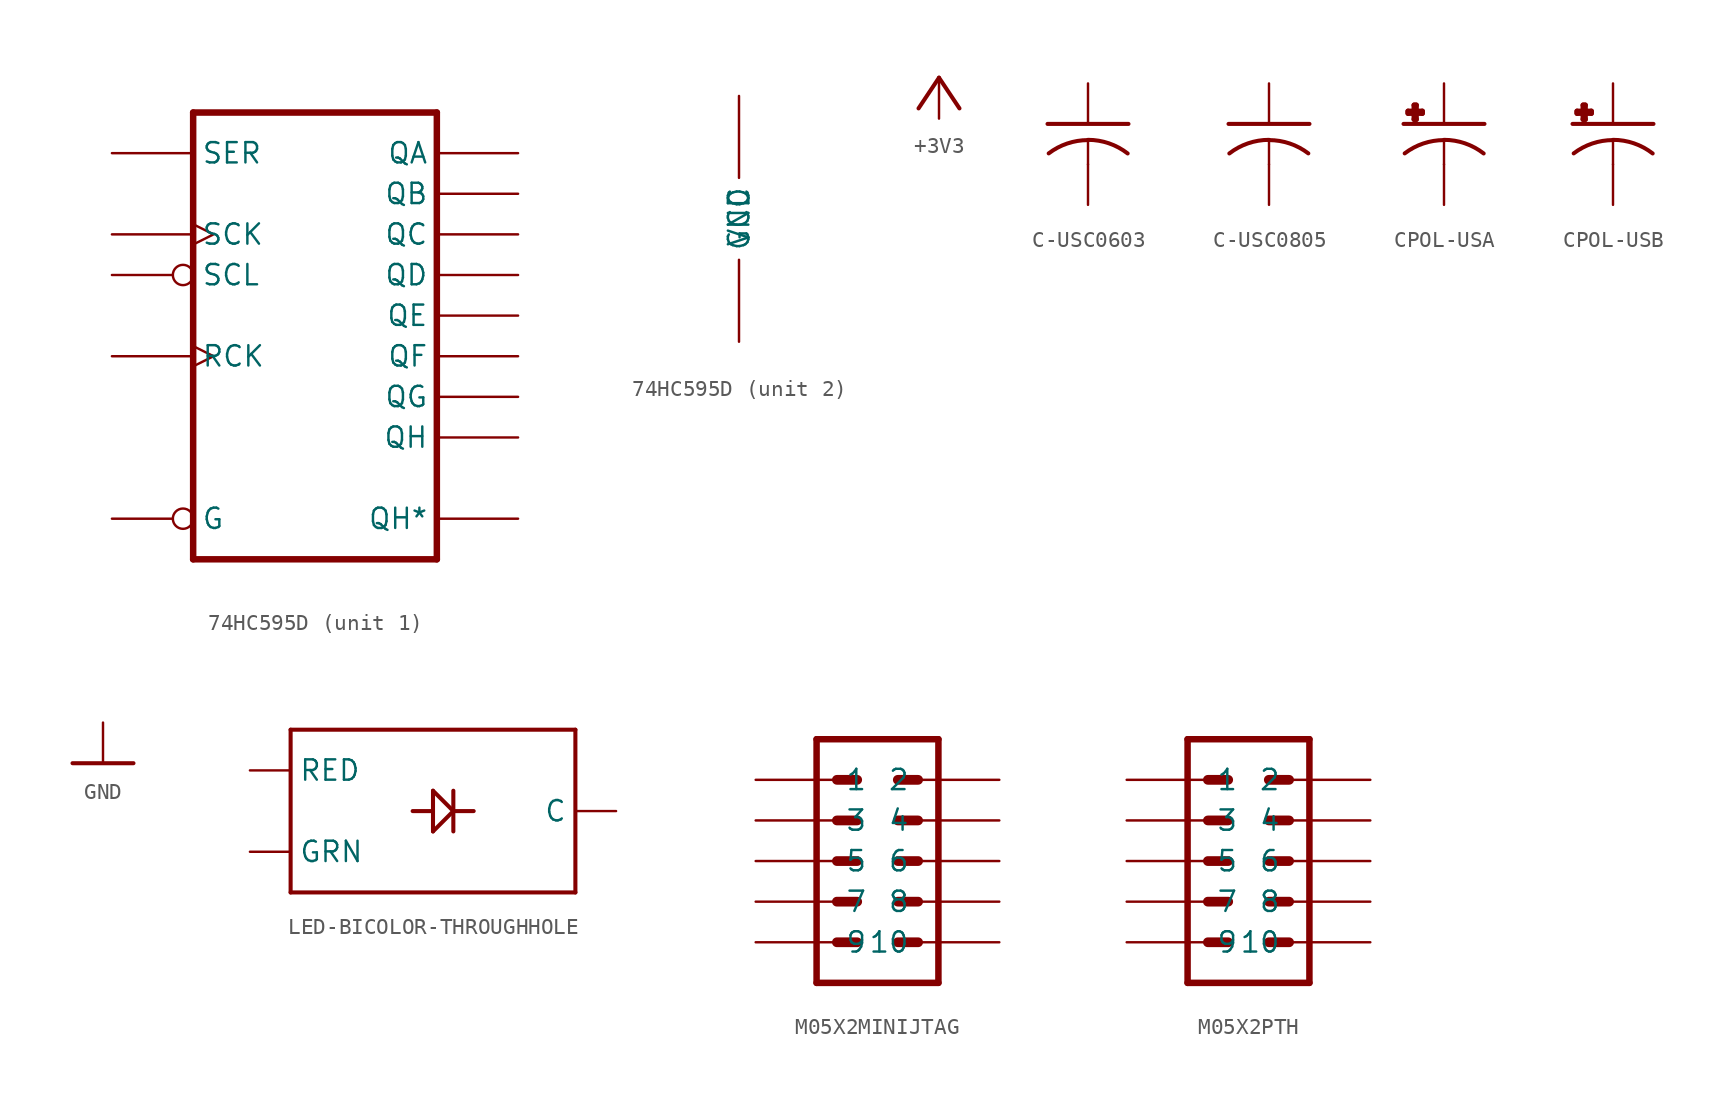
<source format=kicad_sym>
(kicad_symbol_lib
  (version 20231120)
  (generator "kicad_symbol_editor")
  (generator_version "8.0")
  (symbol "74HC595D"
    (property "Reference" "IC"
      (at 0 0 0)
      (effects (font (size 1.27 1.27)) (hide yes)))
    (property "ki_locked" ""
      (at 0 0 0)
      (effects (font (size 1.27 1.27))))
    (symbol "74HC595D_1_0"
      (polyline (pts (xy -7.62 -13.97) (xy 7.62 -13.97)) (stroke (width 0.406) (type solid)) (fill (type none)))
      (polyline (pts (xy -7.62 13.97) (xy -7.62 -13.97)) (stroke (width 0.406) (type solid)) (fill (type none)))
      (polyline (pts (xy 7.62 -13.97) (xy 7.62 13.97)) (stroke (width 0.406) (type solid)) (fill (type none)))
      (polyline (pts (xy 7.62 13.97) (xy -7.62 13.97)) (stroke (width 0.406) (type solid)) (fill (type none)))
      (pin bidirectional line (at 12.7 8.89 180) (length 5.08) (name "QB" (effects (font (size 1.27 1.27)))) (number "1" (effects (font (size 0 0)))))
      (pin input inverted (at -12.7 3.81 0) (length 5.08) (name "SCL" (effects (font (size 1.27 1.27)))) (number "10" (effects (font (size 0 0)))))
      (pin input clock (at -12.7 6.35 0) (length 5.08) (name "SCK" (effects (font (size 1.27 1.27)))) (number "11" (effects (font (size 0 0)))))
      (pin input clock (at -12.7 -1.27 0) (length 5.08) (name "RCK" (effects (font (size 1.27 1.27)))) (number "12" (effects (font (size 0 0)))))
      (pin input inverted (at -12.7 -11.43 0) (length 5.08) (name "G" (effects (font (size 1.27 1.27)))) (number "13" (effects (font (size 0 0)))))
      (pin input line (at -12.7 11.43 0) (length 5.08) (name "SER" (effects (font (size 1.27 1.27)))) (number "14" (effects (font (size 0 0)))))
      (pin bidirectional line (at 12.7 11.43 180) (length 5.08) (name "QA" (effects (font (size 1.27 1.27)))) (number "15" (effects (font (size 0 0)))))
      (pin bidirectional line (at 12.7 6.35 180) (length 5.08) (name "QC" (effects (font (size 1.27 1.27)))) (number "2" (effects (font (size 0 0)))))
      (pin bidirectional line (at 12.7 3.81 180) (length 5.08) (name "QD" (effects (font (size 1.27 1.27)))) (number "3" (effects (font (size 0 0)))))
      (pin bidirectional line (at 12.7 1.27 180) (length 5.08) (name "QE" (effects (font (size 1.27 1.27)))) (number "4" (effects (font (size 0 0)))))
      (pin bidirectional line (at 12.7 -1.27 180) (length 5.08) (name "QF" (effects (font (size 1.27 1.27)))) (number "5" (effects (font (size 0 0)))))
      (pin bidirectional line (at 12.7 -3.81 180) (length 5.08) (name "QG" (effects (font (size 1.27 1.27)))) (number "6" (effects (font (size 0 0)))))
      (pin bidirectional line (at 12.7 -6.35 180) (length 5.08) (name "QH" (effects (font (size 1.27 1.27)))) (number "7" (effects (font (size 0 0)))))
      (pin bidirectional line (at 12.7 -11.43 180) (length 5.08) (name "QH*" (effects (font (size 1.27 1.27)))) (number "9" (effects (font (size 0 0))))))
    (symbol "74HC595D_2_0"
      (pin power_in line (at 0 7.62 270) (length 5.08) (name "VCC" (effects (font (size 1.27 1.27)))) (number "16" (effects (font (size 0 0)))))
      (pin power_in line (at 0 -7.62 90) (length 5.08) (name "GND" (effects (font (size 1.27 1.27)))) (number "8" (effects (font (size 0 0)))))))
  (symbol "+3V3"
    (power)
    (property "Reference" "#+3V"
      (at 0 0 0)
      (effects (font (size 1.27 1.27)) (hide yes)))
    (property "ki_locked" ""
      (at 0 0 0)
      (effects (font (size 1.27 1.27))))
    (symbol "+3V3_1_0"
      (polyline (pts (xy 0 0.952) (xy -1.27 -0.952)) (stroke (width 0.254) (type solid)) (fill (type none)))
      (polyline (pts (xy 1.27 -0.952) (xy 0 0.952)) (stroke (width 0.254) (type solid)) (fill (type none)))
      (pin power_in line (at 0 -1.588 90) (length 2.54) (name "+3V3" (effects (font (size 0 0)))) (number "1" (effects (font (size 0 0)))))))
  (symbol "C-USC0603"
    (property "Reference" "C"
      (at 0 0 0)
      (effects (font (size 1.27 1.27)) (hide yes)))
    (property "ki_locked" ""
      (at 0 0 0)
      (effects (font (size 1.27 1.27))))
    (symbol "C-USC0603_1_0"
      (polyline (pts (xy -2.54 1.27) (xy 2.54 1.27)) (stroke (width 0.254) (type solid)) (fill (type none)))
      (polyline (pts (xy 0 0.254) (xy 0 -1.27)) (stroke (width 0.152) (type solid)) (fill (type none)))
      (arc (start 0 0.254) (mid -1.3021 0.0399) (end -2.467 -0.58) (stroke (width 0.254) (type solid)) (fill (type none)))
      (arc (start 2.489 -0.584) (mid 1.3157 0.0506) (end 0 0.2701) (stroke (width 0.254) (type solid)) (fill (type none)))
      (pin passive line (at 0 3.81 270) (length 2.54) (name "1" (effects (font (size 0 0)))) (number "1" (effects (font (size 0 0)))))
      (pin passive line (at 0 -3.81 90) (length 2.54) (name "2" (effects (font (size 0 0)))) (number "2" (effects (font (size 0 0)))))))
  (symbol "C-USC0805"
    (property "Reference" "C"
      (at 0 0 0)
      (effects (font (size 1.27 1.27)) (hide yes)))
    (property "ki_locked" ""
      (at 0 0 0)
      (effects (font (size 1.27 1.27))))
    (symbol "C-USC0805_1_0"
      (polyline (pts (xy 0 0.254) (xy 0 -1.27)) (stroke (width 0.152) (type solid)) (fill (type none)))
      (polyline (pts (xy 2.54 1.27) (xy -2.54 1.27)) (stroke (width 0.254) (type solid)) (fill (type none)))
      (arc (start 0 0.27) (mid -1.3157 0.0506) (end -2.489 -0.584) (stroke (width 0.254) (type solid)) (fill (type none)))
      (arc (start 2.467 -0.58) (mid 1.3021 0.04) (end 0 0.254) (stroke (width 0.254) (type solid)) (fill (type none)))
      (pin passive line (at 0 3.81 270) (length 2.54) (name "1" (effects (font (size 0 0)))) (number "1" (effects (font (size 0 0)))))
      (pin passive line (at 0 -3.81 90) (length 2.54) (name "2" (effects (font (size 0 0)))) (number "2" (effects (font (size 0 0)))))))
  (symbol "CPOL-USA"
    (property "Reference" "C"
      (at 0 0 0)
      (effects (font (size 1.27 1.27)) (hide yes)))
    (property "ki_locked" ""
      (at 0 0 0)
      (effects (font (size 1.27 1.27))))
    (symbol "CPOL-USA_1_0"
      (arc (start 0 -0.334) (mid -1.3021 -0.548) (end -2.467 -1.168) (stroke (width 0.254) (type solid)) (fill (type none)))
      (polyline (pts (xy -2.54 0.682) (xy 2.54 0.682)) (stroke (width 0.254) (type solid)) (fill (type none)))
      (polyline (pts (xy -2.253 1.349) (xy -1.364 1.349)) (stroke (width 0.333) (type solid)) (fill (type none)))
      (polyline (pts (xy -2.253 1.477) (xy -2.253 1.349)) (stroke (width 0.333) (type solid)) (fill (type none)))
      (polyline (pts (xy -1.871 0.969) (xy -1.745 0.969)) (stroke (width 0.333) (type solid)) (fill (type none)))
      (polyline (pts (xy -1.871 1.858) (xy -1.871 0.969)) (stroke (width 0.333) (type solid)) (fill (type none)))
      (polyline (pts (xy -1.745 0.969) (xy -1.745 1.858)) (stroke (width 0.333) (type solid)) (fill (type none)))
      (polyline (pts (xy -1.745 1.858) (xy -1.871 1.858)) (stroke (width 0.333) (type solid)) (fill (type none)))
      (polyline (pts (xy -1.364 1.349) (xy -1.364 1.477)) (stroke (width 0.333) (type solid)) (fill (type none)))
      (polyline (pts (xy -1.364 1.477) (xy -2.253 1.477)) (stroke (width 0.333) (type solid)) (fill (type none)))
      (polyline (pts (xy 0 -0.334) (xy 0 -1.858)) (stroke (width 0.152) (type solid)) (fill (type none)))
      (arc (start 2.489 -1.172) (mid 1.3157 -0.5374) (end 0 -0.3179) (stroke (width 0.254) (type solid)) (fill (type none)))
      (pin passive line (at 0 3.222 270) (length 2.54) (name "+" (effects (font (size 0 0)))) (number "+" (effects (font (size 0 0)))))
      (pin passive line (at 0 -4.398 90) (length 2.54) (name "-" (effects (font (size 0 0)))) (number "-" (effects (font (size 0 0)))))))
  (symbol "CPOL-USB"
    (property "Reference" "C"
      (at 0 0 0)
      (effects (font (size 1.27 1.27)) (hide yes)))
    (property "ki_locked" ""
      (at 0 0 0)
      (effects (font (size 1.27 1.27))))
    (symbol "CPOL-USB_1_0"
      (arc (start 0 -0.334) (mid -1.3021 -0.548) (end -2.467 -1.168) (stroke (width 0.254) (type solid)) (fill (type none)))
      (polyline (pts (xy -2.54 0.682) (xy 2.54 0.682)) (stroke (width 0.254) (type solid)) (fill (type none)))
      (polyline (pts (xy -2.253 1.349) (xy -1.364 1.349)) (stroke (width 0.333) (type solid)) (fill (type none)))
      (polyline (pts (xy -2.253 1.477) (xy -2.253 1.349)) (stroke (width 0.333) (type solid)) (fill (type none)))
      (polyline (pts (xy -1.871 0.969) (xy -1.745 0.969)) (stroke (width 0.333) (type solid)) (fill (type none)))
      (polyline (pts (xy -1.871 1.858) (xy -1.871 0.969)) (stroke (width 0.333) (type solid)) (fill (type none)))
      (polyline (pts (xy -1.745 0.969) (xy -1.745 1.858)) (stroke (width 0.333) (type solid)) (fill (type none)))
      (polyline (pts (xy -1.745 1.858) (xy -1.871 1.858)) (stroke (width 0.333) (type solid)) (fill (type none)))
      (polyline (pts (xy -1.364 1.349) (xy -1.364 1.477)) (stroke (width 0.333) (type solid)) (fill (type none)))
      (polyline (pts (xy -1.364 1.477) (xy -2.253 1.477)) (stroke (width 0.333) (type solid)) (fill (type none)))
      (polyline (pts (xy 0 -0.334) (xy 0 -1.858)) (stroke (width 0.152) (type solid)) (fill (type none)))
      (arc (start 2.489 -1.172) (mid 1.3157 -0.5374) (end 0 -0.3179) (stroke (width 0.254) (type solid)) (fill (type none)))
      (pin passive line (at 0 3.222 270) (length 2.54) (name "+" (effects (font (size 0 0)))) (number "+" (effects (font (size 0 0)))))
      (pin passive line (at 0 -4.398 90) (length 2.54) (name "-" (effects (font (size 0 0)))) (number "-" (effects (font (size 0 0)))))))
  (symbol "GND"
    (power)
    (property "Reference" "#GND"
      (at 0 0 0)
      (effects (font (size 1.27 1.27)) (hide yes)))
    (property "ki_locked" ""
      (at 0 0 0)
      (effects (font (size 1.27 1.27))))
    (symbol "GND_1_0"
      (polyline (pts (xy -1.905 0) (xy 1.905 0)) (stroke (width 0.254) (type solid)) (fill (type none)))
      (pin power_in line (at 0 2.54 270) (length 2.54) (name "GND" (effects (font (size 0 0)))) (number "1" (effects (font (size 0 0)))))))
  (symbol "LED-BICOLOR-THROUGHHOLE"
    (property "Reference" "LED"
      (at 0 0 0)
      (effects (font (size 1.27 1.27)) (hide yes)))
    (property "ki_locked" ""
      (at 0 0 0)
      (effects (font (size 1.27 1.27))))
    (symbol "LED-BICOLOR-THROUGHHOLE_1_0"
      (polyline (pts (xy -8.89 -5.08) (xy -8.89 5.08)) (stroke (width 0.254) (type solid)) (fill (type none)))
      (polyline (pts (xy -8.89 5.08) (xy 8.89 5.08)) (stroke (width 0.254) (type solid)) (fill (type none)))
      (polyline (pts (xy 0 -1.27) (xy 1.27 0)) (stroke (width 0.254) (type solid)) (fill (type none)))
      (polyline (pts (xy 0 0) (xy -1.27 0)) (stroke (width 0.254) (type solid)) (fill (type none)))
      (polyline (pts (xy 0 0) (xy 0 -1.27)) (stroke (width 0.254) (type solid)) (fill (type none)))
      (polyline (pts (xy 0 1.27) (xy 0 0)) (stroke (width 0.254) (type solid)) (fill (type none)))
      (polyline (pts (xy 1.27 0) (xy 0 1.27)) (stroke (width 0.254) (type solid)) (fill (type none)))
      (polyline (pts (xy 1.27 0) (xy 1.27 -1.27)) (stroke (width 0.254) (type solid)) (fill (type none)))
      (polyline (pts (xy 1.27 0) (xy 2.54 0)) (stroke (width 0.254) (type solid)) (fill (type none)))
      (polyline (pts (xy 1.27 1.27) (xy 1.27 0)) (stroke (width 0.254) (type solid)) (fill (type none)))
      (polyline (pts (xy 8.89 -5.08) (xy -8.89 -5.08)) (stroke (width 0.254) (type solid)) (fill (type none)))
      (polyline (pts (xy 8.89 5.08) (xy 8.89 -5.08)) (stroke (width 0.254) (type solid)) (fill (type none)))
      (pin bidirectional line (at -11.43 -2.54 0) (length 2.54) (name "GRN" (effects (font (size 1.27 1.27)))) (number "1" (effects (font (size 0 0)))))
      (pin bidirectional line (at 11.43 0 180) (length 2.54) (name "C" (effects (font (size 1.27 1.27)))) (number "2" (effects (font (size 0 0)))))
      (pin bidirectional line (at -11.43 2.54 0) (length 2.54) (name "RED" (effects (font (size 1.27 1.27)))) (number "3" (effects (font (size 0 0)))))))
  (symbol "M05X2MINIJTAG"
    (property "Reference" "JP"
      (at 0 0 0)
      (effects (font (size 1.27 1.27)) (hide yes)))
    (property "ki_locked" ""
      (at 0 0 0)
      (effects (font (size 1.27 1.27))))
    (symbol "M05X2MINIJTAG_1_0"
      (polyline (pts (xy -3.81 7.62) (xy -3.81 -7.62)) (stroke (width 0.406) (type solid)) (fill (type none)))
      (polyline (pts (xy -3.81 7.62) (xy 3.81 7.62)) (stroke (width 0.406) (type solid)) (fill (type none)))
      (polyline (pts (xy -1.27 -5.08) (xy -2.54 -5.08)) (stroke (width 0.61) (type solid)) (fill (type none)))
      (polyline (pts (xy -1.27 -2.54) (xy -2.54 -2.54)) (stroke (width 0.61) (type solid)) (fill (type none)))
      (polyline (pts (xy -1.27 0) (xy -2.54 0)) (stroke (width 0.61) (type solid)) (fill (type none)))
      (polyline (pts (xy -1.27 2.54) (xy -2.54 2.54)) (stroke (width 0.61) (type solid)) (fill (type none)))
      (polyline (pts (xy -1.27 5.08) (xy -2.54 5.08)) (stroke (width 0.61) (type solid)) (fill (type none)))
      (polyline (pts (xy 1.27 -5.08) (xy 2.54 -5.08)) (stroke (width 0.61) (type solid)) (fill (type none)))
      (polyline (pts (xy 1.27 -2.54) (xy 2.54 -2.54)) (stroke (width 0.61) (type solid)) (fill (type none)))
      (polyline (pts (xy 1.27 0) (xy 2.54 0)) (stroke (width 0.61) (type solid)) (fill (type none)))
      (polyline (pts (xy 1.27 2.54) (xy 2.54 2.54)) (stroke (width 0.61) (type solid)) (fill (type none)))
      (polyline (pts (xy 1.27 5.08) (xy 2.54 5.08)) (stroke (width 0.61) (type solid)) (fill (type none)))
      (polyline (pts (xy 3.81 -7.62) (xy -3.81 -7.62)) (stroke (width 0.406) (type solid)) (fill (type none)))
      (polyline (pts (xy 3.81 -7.62) (xy 3.81 7.62)) (stroke (width 0.406) (type solid)) (fill (type none)))
      (pin passive line (at -7.62 5.08 0) (length 5.08) (name "1" (effects (font (size 1.27 1.27)))) (number "1" (effects (font (size 0 0)))))
      (pin passive line (at 7.62 -5.08 180) (length 5.08) (name "10" (effects (font (size 1.27 1.27)))) (number "10" (effects (font (size 0 0)))))
      (pin passive line (at 7.62 5.08 180) (length 5.08) (name "2" (effects (font (size 1.27 1.27)))) (number "2" (effects (font (size 0 0)))))
      (pin passive line (at -7.62 2.54 0) (length 5.08) (name "3" (effects (font (size 1.27 1.27)))) (number "3" (effects (font (size 0 0)))))
      (pin passive line (at 7.62 2.54 180) (length 5.08) (name "4" (effects (font (size 1.27 1.27)))) (number "4" (effects (font (size 0 0)))))
      (pin passive line (at -7.62 0 0) (length 5.08) (name "5" (effects (font (size 1.27 1.27)))) (number "5" (effects (font (size 0 0)))))
      (pin passive line (at 7.62 0 180) (length 5.08) (name "6" (effects (font (size 1.27 1.27)))) (number "6" (effects (font (size 0 0)))))
      (pin passive line (at -7.62 -2.54 0) (length 5.08) (name "7" (effects (font (size 1.27 1.27)))) (number "7" (effects (font (size 0 0)))))
      (pin passive line (at 7.62 -2.54 180) (length 5.08) (name "8" (effects (font (size 1.27 1.27)))) (number "8" (effects (font (size 0 0)))))
      (pin passive line (at -7.62 -5.08 0) (length 5.08) (name "9" (effects (font (size 1.27 1.27)))) (number "9" (effects (font (size 0 0)))))))
  (symbol "M05X2PTH"
    (property "Reference" "JP"
      (at 0 0 0)
      (effects (font (size 1.27 1.27)) (hide yes)))
    (property "ki_locked" ""
      (at 0 0 0)
      (effects (font (size 1.27 1.27))))
    (symbol "M05X2PTH_1_0"
      (polyline (pts (xy -3.81 7.62) (xy -3.81 -7.62)) (stroke (width 0.406) (type solid)) (fill (type none)))
      (polyline (pts (xy -3.81 7.62) (xy 3.81 7.62)) (stroke (width 0.406) (type solid)) (fill (type none)))
      (polyline (pts (xy -1.27 -5.08) (xy -2.54 -5.08)) (stroke (width 0.61) (type solid)) (fill (type none)))
      (polyline (pts (xy -1.27 -2.54) (xy -2.54 -2.54)) (stroke (width 0.61) (type solid)) (fill (type none)))
      (polyline (pts (xy -1.27 0) (xy -2.54 0)) (stroke (width 0.61) (type solid)) (fill (type none)))
      (polyline (pts (xy -1.27 2.54) (xy -2.54 2.54)) (stroke (width 0.61) (type solid)) (fill (type none)))
      (polyline (pts (xy -1.27 5.08) (xy -2.54 5.08)) (stroke (width 0.61) (type solid)) (fill (type none)))
      (polyline (pts (xy 1.27 -5.08) (xy 2.54 -5.08)) (stroke (width 0.61) (type solid)) (fill (type none)))
      (polyline (pts (xy 1.27 -2.54) (xy 2.54 -2.54)) (stroke (width 0.61) (type solid)) (fill (type none)))
      (polyline (pts (xy 1.27 0) (xy 2.54 0)) (stroke (width 0.61) (type solid)) (fill (type none)))
      (polyline (pts (xy 1.27 2.54) (xy 2.54 2.54)) (stroke (width 0.61) (type solid)) (fill (type none)))
      (polyline (pts (xy 1.27 5.08) (xy 2.54 5.08)) (stroke (width 0.61) (type solid)) (fill (type none)))
      (polyline (pts (xy 3.81 -7.62) (xy -3.81 -7.62)) (stroke (width 0.406) (type solid)) (fill (type none)))
      (polyline (pts (xy 3.81 -7.62) (xy 3.81 7.62)) (stroke (width 0.406) (type solid)) (fill (type none)))
      (pin passive line (at -7.62 5.08 0) (length 5.08) (name "1" (effects (font (size 1.27 1.27)))) (number "1" (effects (font (size 0 0)))))
      (pin passive line (at 7.62 -5.08 180) (length 5.08) (name "10" (effects (font (size 1.27 1.27)))) (number "10" (effects (font (size 0 0)))))
      (pin passive line (at 7.62 5.08 180) (length 5.08) (name "2" (effects (font (size 1.27 1.27)))) (number "2" (effects (font (size 0 0)))))
      (pin passive line (at -7.62 2.54 0) (length 5.08) (name "3" (effects (font (size 1.27 1.27)))) (number "3" (effects (font (size 0 0)))))
      (pin passive line (at 7.62 2.54 180) (length 5.08) (name "4" (effects (font (size 1.27 1.27)))) (number "4" (effects (font (size 0 0)))))
      (pin passive line (at -7.62 0 0) (length 5.08) (name "5" (effects (font (size 1.27 1.27)))) (number "5" (effects (font (size 0 0)))))
      (pin passive line (at 7.62 0 180) (length 5.08) (name "6" (effects (font (size 1.27 1.27)))) (number "6" (effects (font (size 0 0)))))
      (pin passive line (at -7.62 -2.54 0) (length 5.08) (name "7" (effects (font (size 1.27 1.27)))) (number "7" (effects (font (size 0 0)))))
      (pin passive line (at 7.62 -2.54 180) (length 5.08) (name "8" (effects (font (size 1.27 1.27)))) (number "8" (effects (font (size 0 0)))))
      (pin passive line (at -7.62 -5.08 0) (length 5.08) (name "9" (effects (font (size 1.27 1.27)))) (number "9" (effects (font (size 0 0))))))))
</source>
